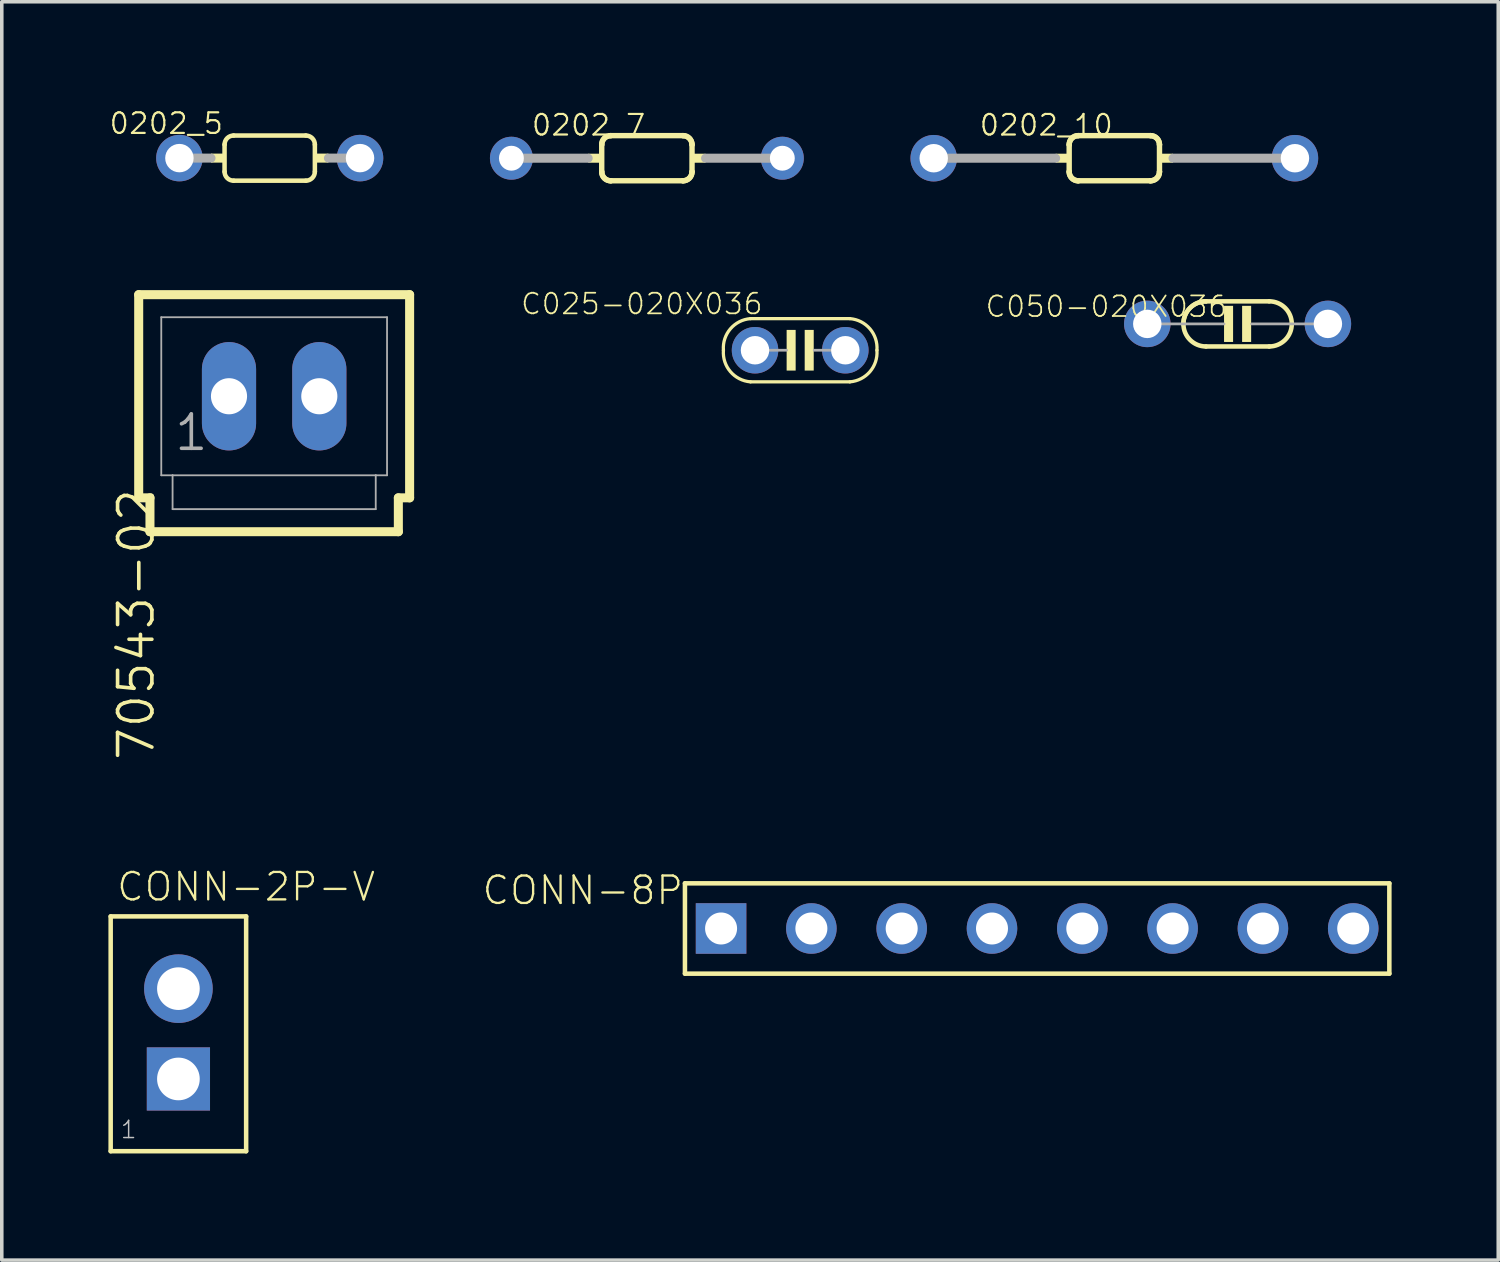
<source format=kicad_pcb>
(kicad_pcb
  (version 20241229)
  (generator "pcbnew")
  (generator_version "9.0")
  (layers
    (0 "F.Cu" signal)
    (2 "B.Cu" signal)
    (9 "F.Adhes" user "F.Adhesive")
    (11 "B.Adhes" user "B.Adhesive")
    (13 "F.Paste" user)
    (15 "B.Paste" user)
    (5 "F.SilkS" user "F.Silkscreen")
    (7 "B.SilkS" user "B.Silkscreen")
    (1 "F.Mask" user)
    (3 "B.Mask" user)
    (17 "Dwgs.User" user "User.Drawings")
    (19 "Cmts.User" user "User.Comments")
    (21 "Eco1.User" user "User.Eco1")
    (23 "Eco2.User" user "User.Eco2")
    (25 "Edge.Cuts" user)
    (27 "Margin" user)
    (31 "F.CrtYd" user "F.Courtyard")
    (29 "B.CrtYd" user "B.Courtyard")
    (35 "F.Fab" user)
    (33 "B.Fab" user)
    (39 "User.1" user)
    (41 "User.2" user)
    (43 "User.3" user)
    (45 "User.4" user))
  (footprint "70543-02"
    (layer "F.Cu")
    (at 4.661 8.095)
    (property "Reference" "70543-02" (at -4.445 2.54 90) (layer "F.SilkS") (effects (font (size 0.965 0.965) (thickness 0.102)) (justify right top)))
    (attr through_hole)
    (fp_line (start -3.81 -2.857) (end -3.81 2.857) (stroke (width 0.254) (type solid)) (layer "F.SilkS"))
    (fp_line (start -3.81 2.857) (end -3.493 2.857) (stroke (width 0.254) (type solid)) (layer "F.SilkS"))
    (fp_line (start -3.493 2.857) (end -3.493 3.81) (stroke (width 0.254) (type solid)) (layer "F.SilkS"))
    (fp_line (start -3.493 3.81) (end 3.493 3.81) (stroke (width 0.254) (type solid)) (layer "F.SilkS"))
    (fp_line (start 3.493 2.857) (end 3.81 2.857) (stroke (width 0.254) (type solid)) (layer "F.SilkS"))
    (fp_line (start 3.493 3.81) (end 3.493 2.857) (stroke (width 0.254) (type solid)) (layer "F.SilkS"))
    (fp_line (start 3.81 -2.857) (end -3.81 -2.857) (stroke (width 0.254) (type solid)) (layer "F.SilkS"))
    (fp_line (start 3.81 2.857) (end 3.81 -2.857) (stroke (width 0.254) (type solid)) (layer "F.SilkS"))
    (fp_line (start -3.175 -2.223) (end -3.175 2.223) (stroke (width 0.051) (type solid)) (layer "F.Fab"))
    (fp_line (start -3.175 -2.223) (end 3.175 -2.223) (stroke (width 0.051) (type solid)) (layer "F.Fab"))
    (fp_line (start -3.175 2.223) (end -2.857 2.223) (stroke (width 0.051) (type solid)) (layer "F.Fab"))
    (fp_line (start -2.857 2.223) (end -2.857 3.175) (stroke (width 0.051) (type solid)) (layer "F.Fab"))
    (fp_line (start -2.857 2.223) (end 2.857 2.223) (stroke (width 0.051) (type solid)) (layer "F.Fab"))
    (fp_line (start 2.857 2.223) (end 2.857 3.175) (stroke (width 0.051) (type solid)) (layer "F.Fab"))
    (fp_line (start 2.857 2.223) (end 3.175 2.223) (stroke (width 0.051) (type solid)) (layer "F.Fab"))
    (fp_line (start 2.857 3.175) (end -2.857 3.175) (stroke (width 0.051) (type solid)) (layer "F.Fab"))
    (fp_line (start 3.175 -2.223) (end 3.175 2.223) (stroke (width 0.051) (type solid)) (layer "F.Fab"))
    (fp_poly (pts (xy -1.508 0.238) (xy -1.032 0.238) (xy -1.032 -0.238) (xy -1.508 -0.238)) (stroke (width 0.1) (type solid)) (fill no) (layer "F.Fab"))
    (fp_poly (pts (xy 1.032 0.238) (xy 1.508 0.238) (xy 1.508 -0.238) (xy 1.032 -0.238)) (stroke (width 0.1) (type solid)) (fill no) (layer "F.Fab"))
    (fp_text user "1" (at -2.857 1.587 0) (layer "F.Fab") (effects (font (size 0.965 0.965) (thickness 0.102)) (justify left bottom)))
    (pad "1" thru_hole oval (at -1.27 0 90) (size 3.048 1.524) (drill 1.016) (layers "*.Cu" "*.Mask"))
    (pad "2" thru_hole oval (at 1.27 0 90) (size 3.048 1.524) (drill 1.016) (layers "*.Cu" "*.Mask")))
  (footprint "C050-020X036"
    (layer "F.Cu")
    (at 31.759 6.06)
    (property "Reference" "C050-020X036" (at -0.254 -0.826 0) (layer "F.SilkS") (effects (font (size 0.579 0.579) (thickness 0.049)) (justify right top)))
    (attr through_hole)
    (fp_line (start -0.889 0.635) (end 0.889 0.635) (stroke (width 0.127) (type solid)) (layer "F.SilkS"))
    (fp_line (start 0.889 -0.635) (end -0.889 -0.635) (stroke (width 0.127) (type solid)) (layer "F.SilkS"))
    (fp_arc (start -1.524 0) (mid -1.338013 -0.449013) (end -0.889 -0.635) (stroke (width 0.127) (type solid)) (layer "F.SilkS"))
    (fp_arc (start -1.524 0) (mid -1.338013 -0.449013) (end -0.889 -0.635) (stroke (width 0.127) (type solid)) (layer "F.SilkS"))
    (fp_arc (start -0.889 0.635) (mid -1.338013 0.449013) (end -1.524 0) (stroke (width 0.127) (type solid)) (layer "F.SilkS"))
    (fp_arc (start 0.889 -0.635) (mid 1.338013 -0.449013) (end 1.524 0) (stroke (width 0.127) (type solid)) (layer "F.SilkS"))
    (fp_arc (start 1.524 0) (mid 1.338013 0.449013) (end 0.889 0.635) (stroke (width 0.127) (type solid)) (layer "F.SilkS"))
    (fp_poly (pts (xy -0.127 0.508) (xy -0.127 -0.508) (xy -0.381 -0.508) (xy -0.381 0.508)) (stroke (width 0) (type solid)) (fill yes) (layer "F.SilkS"))
    (fp_poly (pts (xy 0.127 -0.508) (xy 0.127 0.508) (xy 0.381 0.508) (xy 0.381 -0.508)) (stroke (width 0) (type solid)) (fill yes) (layer "F.SilkS"))
    (fp_line (start -2.54 0) (end -0.381 0) (stroke (width 0.076) (type solid)) (layer "F.Fab"))
    (fp_line (start 2.54 0) (end 0.394 0) (stroke (width 0.076) (type solid)) (layer "F.Fab"))
    (pad "1" thru_hole circle (at -2.54 0 180) (size 1.308 1.308) (drill 0.8) (layers "*.Cu" "*.Mask"))
    (pad "2" thru_hole circle (at 2.54 0) (size 1.308 1.308) (drill 0.8) (layers "*.Cu" "*.Mask")))
  (footprint "0202_5"
    (layer "F.Cu")
    (at 4.536 1.397)
    (property "Reference" "0202_5" (at -1.27 -0.635 0) (layer "F.SilkS") (effects (font (size 0.579 0.579) (thickness 0.061)) (justify right bottom)))
    (attr through_hole)
    (fp_line (start -1.27 0.381) (end -1.27 -0.381) (stroke (width 0.127) (type solid)) (layer "F.SilkS"))
    (fp_line (start 1.016 -0.635) (end -1.016 -0.635) (stroke (width 0.127) (type solid)) (layer "F.SilkS"))
    (fp_line (start 1.016 0.635) (end -1.016 0.635) (stroke (width 0.127) (type solid)) (layer "F.SilkS"))
    (fp_line (start 1.27 0.381) (end 1.27 -0.381) (stroke (width 0.127) (type solid)) (layer "F.SilkS"))
    (fp_arc (start -1.27 -0.381) (mid -1.195605 -0.560605) (end -1.016 -0.635) (stroke (width 0.127) (type solid)) (layer "F.SilkS"))
    (fp_arc (start -1.016 0.635) (mid -1.195605 0.560605) (end -1.27 0.381) (stroke (width 0.127) (type solid)) (layer "F.SilkS"))
    (fp_arc (start 1.016 -0.635) (mid 1.195605 -0.560605) (end 1.27 -0.381) (stroke (width 0.127) (type solid)) (layer "F.SilkS"))
    (fp_arc (start 1.27 0.381) (mid 1.195605 0.560605) (end 1.016 0.635) (stroke (width 0.127) (type solid)) (layer "F.SilkS"))
    (fp_poly (pts (xy -1.651 0.127) (xy -1.27 0.127) (xy -1.27 -0.127) (xy -1.651 -0.127)) (stroke (width 0) (type solid)) (fill yes) (layer "F.SilkS"))
    (fp_poly (pts (xy 1.27 0.127) (xy 1.651 0.127) (xy 1.651 -0.127) (xy 1.27 -0.127)) (stroke (width 0) (type solid)) (fill yes) (layer "F.SilkS"))
    (fp_line (start -2.54 0) (end -1.651 0) (stroke (width 0.254) (type solid)) (layer "F.Fab"))
    (fp_line (start 2.54 0) (end 1.651 0) (stroke (width 0.254) (type solid)) (layer "F.Fab"))
    (pad "1" thru_hole circle (at -2.54 0) (size 1.308 1.308) (drill 0.8) (layers "*.Cu" "*.Mask"))
    (pad "2" thru_hole circle (at 2.54 0) (size 1.308 1.308) (drill 0.8) (layers "*.Cu" "*.Mask")))
  (footprint "0202_7"
    (layer "F.Cu")
    (at 15.144 1.4)
    (property "Reference" "0202_7" (at 0 -1.27 0) (layer "F.SilkS") (effects (font (size 0.579 0.579) (thickness 0.061)) (justify right top)))
    (attr through_hole)
    (fp_line (start -1.27 0.381) (end -1.27 -0.381) (stroke (width 0.152) (type solid)) (layer "F.SilkS"))
    (fp_line (start 1.016 -0.635) (end -1.016 -0.635) (stroke (width 0.152) (type solid)) (layer "F.SilkS"))
    (fp_line (start 1.016 0.635) (end -1.016 0.635) (stroke (width 0.152) (type solid)) (layer "F.SilkS"))
    (fp_line (start 1.27 0.381) (end 1.27 -0.381) (stroke (width 0.152) (type solid)) (layer "F.SilkS"))
    (fp_arc (start -1.27 -0.381) (mid -1.195605 -0.560605) (end -1.016 -0.635) (stroke (width 0.1524) (type solid)) (layer "F.SilkS"))
    (fp_arc (start -1.27 -0.381) (mid -1.195605 -0.560605) (end -1.016 -0.635) (stroke (width 0.1524) (type solid)) (layer "F.SilkS"))
    (fp_arc (start -1.016 0.635) (mid -1.195605 0.560605) (end -1.27 0.381) (stroke (width 0.1524) (type solid)) (layer "F.SilkS"))
    (fp_arc (start -1.016 0.635) (mid -1.195605 0.560605) (end -1.27 0.381) (stroke (width 0.1524) (type solid)) (layer "F.SilkS"))
    (fp_arc (start 1.016 -0.635) (mid 1.195605 -0.560605) (end 1.27 -0.381) (stroke (width 0.1524) (type solid)) (layer "F.SilkS"))
    (fp_arc (start 1.016 -0.635) (mid 1.195605 -0.560605) (end 1.27 -0.381) (stroke (width 0.1524) (type solid)) (layer "F.SilkS"))
    (fp_arc (start 1.27 0.381) (mid 1.195605 0.560605) (end 1.016 0.635) (stroke (width 0.1524) (type solid)) (layer "F.SilkS"))
    (fp_arc (start 1.27 0.381) (mid 1.195605 0.560605) (end 1.016 0.635) (stroke (width 0.1524) (type solid)) (layer "F.SilkS"))
    (fp_poly (pts (xy -1.651 0.127) (xy -1.27 0.127) (xy -1.27 -0.127) (xy -1.651 -0.127)) (stroke (width 0) (type solid)) (fill yes) (layer "F.SilkS"))
    (fp_poly (pts (xy 1.27 0.127) (xy 1.651 0.127) (xy 1.651 -0.127) (xy 1.27 -0.127)) (stroke (width 0) (type solid)) (fill yes) (layer "F.SilkS"))
    (fp_line (start -3.81 0) (end -1.651 0) (stroke (width 0.254) (type solid)) (layer "F.Fab"))
    (fp_line (start 3.81 0) (end 1.651 0) (stroke (width 0.254) (type solid)) (layer "F.Fab"))
    (pad "1" thru_hole circle (at -3.81 0 270) (size 1.208 1.208) (drill 0.7) (layers "*.Cu" "*.Mask"))
    (pad "2" thru_hole circle (at 3.81 0 270) (size 1.208 1.208) (drill 0.7) (layers "*.Cu" "*.Mask")))
  (footprint "C025-020X036"
    (layer "F.Cu")
    (at 18.186 6.801)
    (property "Reference" "C025-020X036" (at 0.254 -0.965 0) (layer "F.SilkS") (effects (font (size 0.579 0.579) (thickness 0.049)) (justify right bottom)))
    (attr through_hole)
    (fp_line (start -0.127 0.889) (end 2.667 0.889) (stroke (width 0.091) (type solid)) (layer "F.SilkS"))
    (fp_line (start 0.965 -0.508) (end 0.965 0.508) (stroke (width 0.091) (type solid)) (layer "F.SilkS"))
    (fp_line (start 2.667 -0.889) (end -0.127 -0.889) (stroke (width 0.091) (type solid)) (layer "F.SilkS"))
    (fp_arc (start -0.889 0) (mid -0.692117 -0.602316) (end -0.126998 -0.889) (stroke (width 0.09144) (type solid)) (layer "F.SilkS"))
    (fp_arc (start -0.127 0.889) (mid -0.692118 0.602314) (end -0.889 -0.000002) (stroke (width 0.09144) (type solid)) (layer "F.SilkS"))
    (fp_arc (start 2.667 -0.889) (mid 3.232119 -0.602315) (end 3.429001 0.000001) (stroke (width 0.09144) (type solid)) (layer "F.SilkS"))
    (fp_arc (start 3.429 0) (mid 3.232117 0.602315) (end 2.666999 0.888999) (stroke (width 0.09144) (type solid)) (layer "F.SilkS"))
    (fp_poly (pts (xy 1.143 0.572) (xy 1.143 -0.572) (xy 0.889 -0.572) (xy 0.889 0.572)) (stroke (width 0) (type solid)) (fill yes) (layer "F.SilkS"))
    (fp_poly (pts (xy 1.397 -0.572) (xy 1.397 0.572) (xy 1.651 0.572) (xy 1.651 -0.572)) (stroke (width 0) (type solid)) (fill yes) (layer "F.SilkS"))
    (fp_line (start 0 0) (end 0.889 0) (stroke (width 0.076) (type solid)) (layer "F.Fab"))
    (fp_line (start 2.54 0) (end 1.664 0) (stroke (width 0.076) (type solid)) (layer "F.Fab"))
    (pad "1" thru_hole circle (at 0 0 180) (size 1.308 1.308) (drill 0.8) (layers "*.Cu" "*.Mask"))
    (pad "2" thru_hole circle (at 2.54 0) (size 1.308 1.308) (drill 0.8) (layers "*.Cu" "*.Mask")))
  (footprint "CONN-8P"
    (layer "F.Cu")
    (at 17.231 23.065)
    (property "Reference" "CONN-8P" (at -1.016 -1.524 0) (layer "F.SilkS") (effects (font (size 0.772 0.772) (thickness 0.065)) (justify right top)))
    (attr through_hole)
    (fp_line (start -1.016 -1.27) (end -1.016 1.27) (stroke (width 0.127) (type solid)) (layer "F.SilkS"))
    (fp_line (start -1.016 1.27) (end 18.796 1.27) (stroke (width 0.127) (type solid)) (layer "F.SilkS"))
    (fp_line (start 18.796 -1.27) (end -1.016 -1.27) (stroke (width 0.127) (type solid)) (layer "F.SilkS"))
    (fp_line (start 18.796 1.27) (end 18.796 -1.27) (stroke (width 0.127) (type solid)) (layer "F.SilkS"))
    (fp_text user "1" (at -1.524 1.27 90) (layer "Edge.Cuts") (effects (font (size 0.772 0.772) (thickness 0.065)) (justify left bottom)))
    (pad "1" thru_hole rect (at 0 0 180) (size 1.422 1.422) (drill 0.9) (layers "*.Cu" "*.Mask"))
    (pad "2" thru_hole circle (at 2.54 0 180) (size 1.422 1.422) (drill 0.9) (layers "*.Cu" "*.Mask"))
    (pad "3" thru_hole circle (at 5.08 0 180) (size 1.422 1.422) (drill 0.9) (layers "*.Cu" "*.Mask"))
    (pad "4" thru_hole circle (at 7.62 0 180) (size 1.422 1.422) (drill 0.9) (layers "*.Cu" "*.Mask"))
    (pad "5" thru_hole circle (at 10.16 0 180) (size 1.422 1.422) (drill 0.9) (layers "*.Cu" "*.Mask"))
    (pad "6" thru_hole circle (at 12.7 0 180) (size 1.422 1.422) (drill 0.9) (layers "*.Cu" "*.Mask"))
    (pad "7" thru_hole circle (at 15.24 0 180) (size 1.422 1.422) (drill 0.9) (layers "*.Cu" "*.Mask"))
    (pad "8" thru_hole circle (at 17.78 0 180) (size 1.422 1.422) (drill 0.9) (layers "*.Cu" "*.Mask")))
  (footprint "CONN-2P-V"
    (layer "F.Cu")
    (at 1.968 26.027)
    (property "Reference" "CONN-2P-V" (at -1.778 -3.683 0) (layer "F.SilkS") (effects (font (size 0.772 0.772) (thickness 0.065)) (justify left bottom)))
    (attr through_hole)
    (fp_line (start -1.905 -3.302) (end -1.905 3.302) (stroke (width 0.127) (type solid)) (layer "F.SilkS"))
    (fp_line (start -1.905 3.302) (end 1.905 3.302) (stroke (width 0.127) (type solid)) (layer "F.SilkS"))
    (fp_line (start 1.905 -3.302) (end -1.905 -3.302) (stroke (width 0.127) (type solid)) (layer "F.SilkS"))
    (fp_line (start 1.905 3.302) (end 1.905 -3.302) (stroke (width 0.127) (type solid)) (layer "F.SilkS"))
    (fp_text user "1" (at -1.143 2.413 0) (layer "Dwgs.User") (effects (font (size 0.483 0.483) (thickness 0.041)) (justify right top)))
    (pad "1" thru_hole rect (at 0 1.27 270) (size 1.778 1.778) (drill 1.2) (layers "*.Cu" "*.Mask"))
    (pad "2" thru_hole circle (at 0 -1.27 270) (size 1.93 1.93) (drill 1.2) (layers "*.Cu" "*.Mask")))
  (footprint "0202_10"
    (layer "F.Cu")
    (at 28.292 1.4)
    (property "Reference" "0202_10" (at 0 -1.27 0) (layer "F.SilkS") (effects (font (size 0.579 0.579) (thickness 0.061)) (justify right top)))
    (attr through_hole)
    (fp_line (start -1.27 0.381) (end -1.27 -0.381) (stroke (width 0.152) (type solid)) (layer "F.SilkS"))
    (fp_line (start 1.016 -0.635) (end -1.016 -0.635) (stroke (width 0.152) (type solid)) (layer "F.SilkS"))
    (fp_line (start 1.016 0.635) (end -1.016 0.635) (stroke (width 0.152) (type solid)) (layer "F.SilkS"))
    (fp_line (start 1.27 0.381) (end 1.27 -0.381) (stroke (width 0.152) (type solid)) (layer "F.SilkS"))
    (fp_arc (start -1.27 -0.381) (mid -1.195605 -0.560605) (end -1.016 -0.635) (stroke (width 0.1524) (type solid)) (layer "F.SilkS"))
    (fp_arc (start -1.27 -0.381) (mid -1.195605 -0.560605) (end -1.016 -0.635) (stroke (width 0.1524) (type solid)) (layer "F.SilkS"))
    (fp_arc (start -1.016 0.635) (mid -1.195605 0.560605) (end -1.27 0.381) (stroke (width 0.1524) (type solid)) (layer "F.SilkS"))
    (fp_arc (start -1.016 0.635) (mid -1.195605 0.560605) (end -1.27 0.381) (stroke (width 0.1524) (type solid)) (layer "F.SilkS"))
    (fp_arc (start 1.016 -0.635) (mid 1.195605 -0.560605) (end 1.27 -0.381) (stroke (width 0.1524) (type solid)) (layer "F.SilkS"))
    (fp_arc (start 1.016 -0.635) (mid 1.195605 -0.560605) (end 1.27 -0.381) (stroke (width 0.1524) (type solid)) (layer "F.SilkS"))
    (fp_arc (start 1.27 0.381) (mid 1.195605 0.560605) (end 1.016 0.635) (stroke (width 0.1524) (type solid)) (layer "F.SilkS"))
    (fp_arc (start 1.27 0.381) (mid 1.195605 0.560605) (end 1.016 0.635) (stroke (width 0.1524) (type solid)) (layer "F.SilkS"))
    (fp_poly (pts (xy -1.651 0.127) (xy -1.27 0.127) (xy -1.27 -0.127) (xy -1.651 -0.127)) (stroke (width 0) (type solid)) (fill yes) (layer "F.SilkS"))
    (fp_poly (pts (xy 1.27 0.127) (xy 1.651 0.127) (xy 1.651 -0.127) (xy 1.27 -0.127)) (stroke (width 0) (type solid)) (fill yes) (layer "F.SilkS"))
    (fp_line (start -5.08 0) (end -1.651 0) (stroke (width 0.254) (type solid)) (layer "F.Fab"))
    (fp_line (start 5.08 0) (end 1.651 0) (stroke (width 0.254) (type solid)) (layer "F.Fab"))
    (pad "1" thru_hole circle (at -5.08 0) (size 1.308 1.308) (drill 0.8) (layers "*.Cu" "*.Mask"))
    (pad "2" thru_hole circle (at 5.08 0) (size 1.308 1.308) (drill 0.8) (layers "*.Cu" "*.Mask")))
  (gr_rect
    (start -3 -3)
    (end 39.09 32.392)
    (stroke (width 0.1) (type default))
    (fill no)
    (layer "Edge.Cuts")))
</source>
